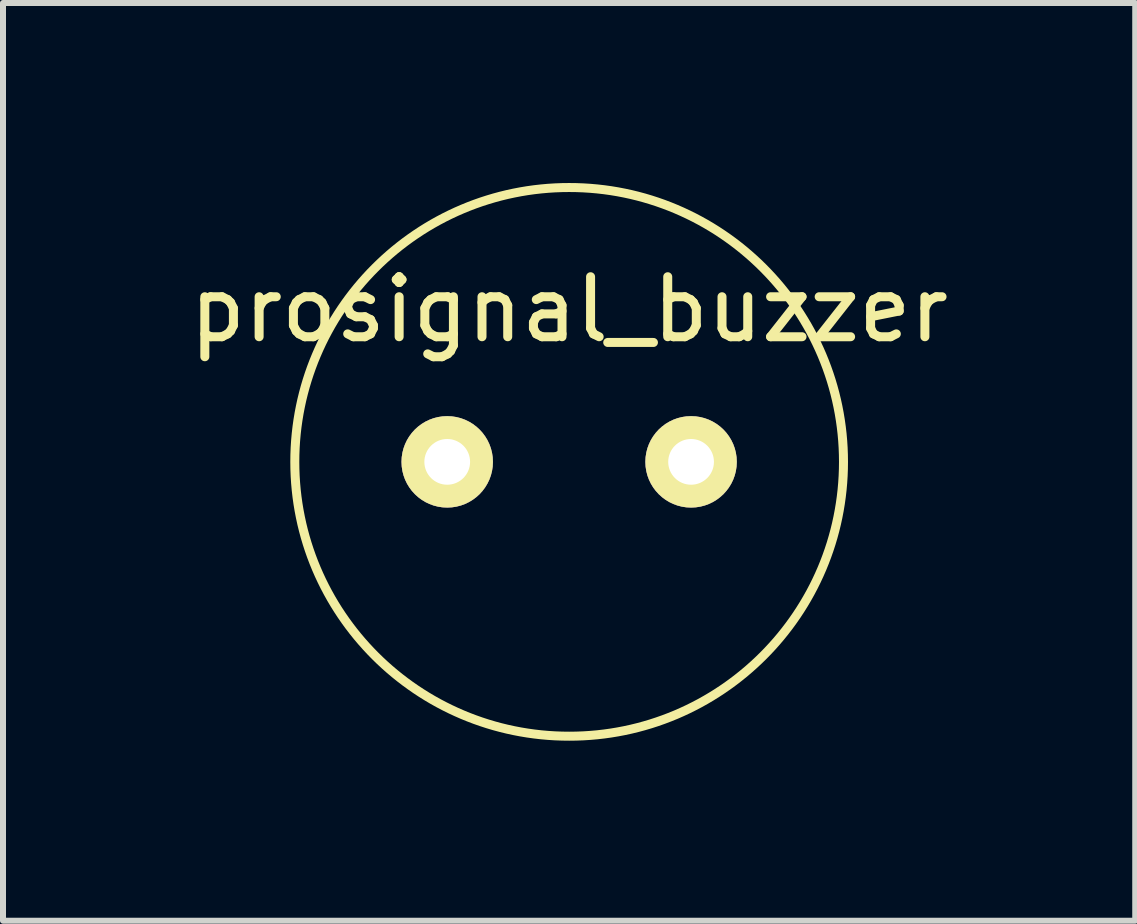
<source format=kicad_pcb>
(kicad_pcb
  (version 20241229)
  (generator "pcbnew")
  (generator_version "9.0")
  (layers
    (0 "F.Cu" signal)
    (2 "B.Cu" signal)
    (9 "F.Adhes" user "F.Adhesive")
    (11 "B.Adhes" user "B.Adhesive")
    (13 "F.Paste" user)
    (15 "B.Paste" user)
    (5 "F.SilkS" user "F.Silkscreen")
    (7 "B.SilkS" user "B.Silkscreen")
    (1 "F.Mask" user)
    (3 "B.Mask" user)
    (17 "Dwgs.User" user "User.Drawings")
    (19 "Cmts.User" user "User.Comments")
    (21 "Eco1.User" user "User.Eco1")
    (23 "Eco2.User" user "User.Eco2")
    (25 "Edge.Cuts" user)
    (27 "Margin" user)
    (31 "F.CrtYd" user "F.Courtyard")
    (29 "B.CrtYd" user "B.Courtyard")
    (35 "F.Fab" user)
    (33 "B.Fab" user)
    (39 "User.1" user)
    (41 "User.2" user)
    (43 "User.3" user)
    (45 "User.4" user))
  (footprint "prosignal_buzzer"
    (layer "F.Cu")
    (at 6.435 4.647)
    (property "Reference" "prosignal_buzzer" (at 0 -2.54 0) (layer "F.SilkS") (effects (font (size 1 1) (thickness 0.15))))
    (attr through_hole)
    (fp_circle (center 0 0) (end 0 4.572) (stroke (width 0.15) (type solid)) (fill no) (layer "F.SilkS"))
    (pad "1" thru_hole circle (at -2.032 0) (size 1.524 1.524) (drill 0.762) (layers "*.Cu" "*.Mask" "F.SilkS"))
    (pad "2" thru_hole circle (at 2.032 0) (size 1.524 1.524) (drill 0.762) (layers "*.Cu" "*.Mask" "F.SilkS")))
  (gr_rect
    (start -3 -3)
    (end 15.869 12.294)
    (stroke (width 0.1) (type default))
    (fill no)
    (layer "Edge.Cuts")))
</source>
